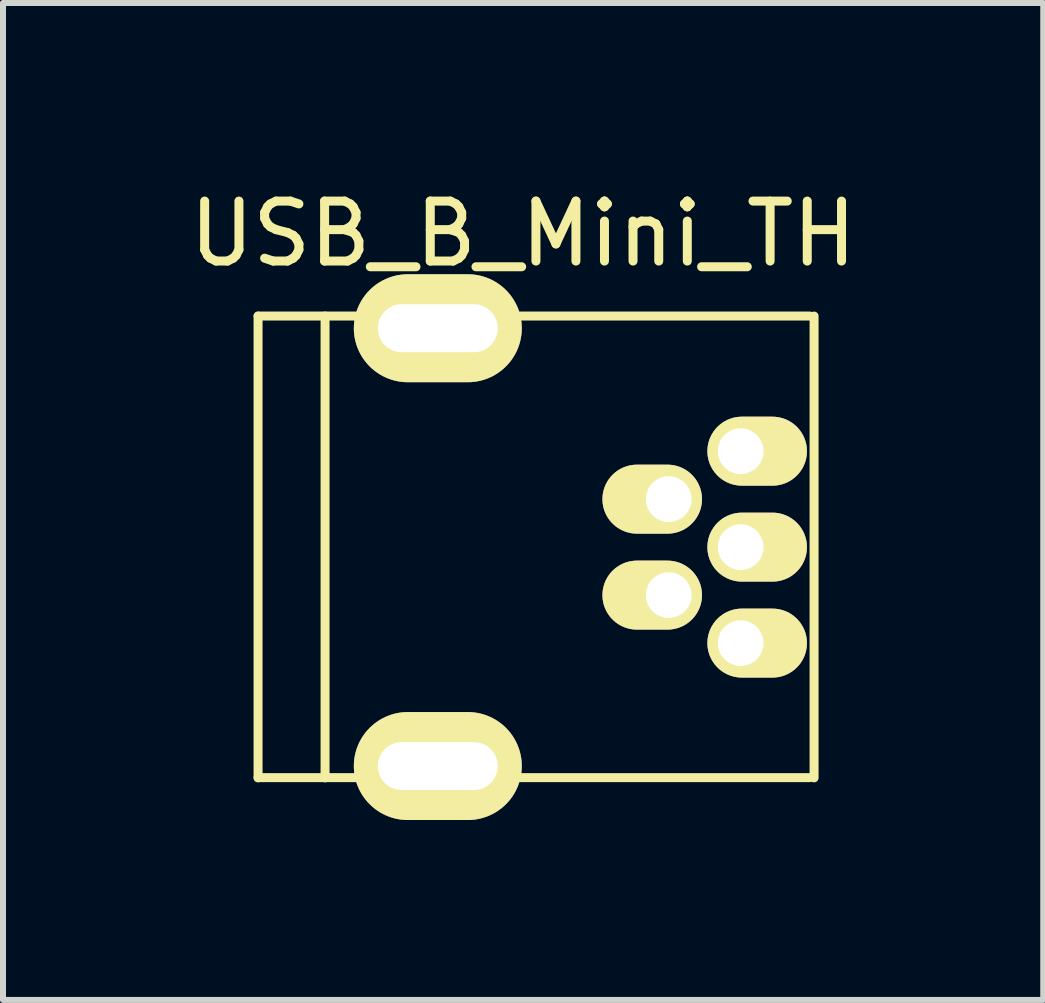
<source format=kicad_pcb>
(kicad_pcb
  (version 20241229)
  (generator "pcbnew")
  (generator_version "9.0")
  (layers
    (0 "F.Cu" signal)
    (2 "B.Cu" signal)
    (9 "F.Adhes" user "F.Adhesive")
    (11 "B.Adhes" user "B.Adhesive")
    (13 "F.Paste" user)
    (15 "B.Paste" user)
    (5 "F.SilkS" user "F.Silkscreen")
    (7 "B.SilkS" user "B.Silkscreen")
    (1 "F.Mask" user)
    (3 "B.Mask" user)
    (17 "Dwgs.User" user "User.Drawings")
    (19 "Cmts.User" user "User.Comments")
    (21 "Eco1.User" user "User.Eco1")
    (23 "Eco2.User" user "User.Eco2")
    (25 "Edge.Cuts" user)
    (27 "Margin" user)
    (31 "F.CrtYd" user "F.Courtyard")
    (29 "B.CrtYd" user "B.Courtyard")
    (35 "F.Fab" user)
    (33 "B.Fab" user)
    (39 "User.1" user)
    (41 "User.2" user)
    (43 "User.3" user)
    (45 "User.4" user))
  (footprint "USB_B_Mini_TH"
    (layer "F.Cu")
    (at 4.25 2.423)
    (property "Reference" "USB_B_Mini_TH" (at 1.422 -1.575 0) (layer "F.SilkS") (effects (font (size 1 1) (thickness 0.15))))
    (attr through_hole)
    (fp_line (start -2.997 -0.203) (end -2.997 7.497) (stroke (width 0.15) (type solid)) (layer "F.SilkS"))
    (fp_line (start -2.997 -0.203) (end 6.203 -0.203) (stroke (width 0.15) (type solid)) (layer "F.SilkS"))
    (fp_line (start -2.997 7.493) (end 6.203 7.493) (stroke (width 0.15) (type solid)) (layer "F.SilkS"))
    (fp_line (start -1.88 -0.203) (end -1.88 7.497) (stroke (width 0.15) (type solid)) (layer "F.SilkS"))
    (fp_line (start 6.274 -0.203) (end 6.274 7.497) (stroke (width 0.15) (type solid)) (layer "F.SilkS"))
    (pad "" thru_hole oval (at 0 0) (size 2.8 1.8) (drill oval 2 0.8) (layers "*.Mask" "B.Cu" "F.SilkS"))
    (pad "" thru_hole oval (at 0 7.3) (size 2.8 1.8) (drill oval 2 0.8) (layers "*.Mask" "B.Cu" "F.SilkS"))
    (pad "1" thru_hole oval (at 3.85 2.85) (size 1.66 1.15) (drill 0.762 (offset -0.275 0)) (layers "*.Mask" "B.Cu" "F.SilkS"))
    (pad "2" thru_hole oval (at 3.85 4.45) (size 1.66 1.15) (drill 0.762 (offset -0.275 0)) (layers "*.Mask" "B.Cu" "F.SilkS"))
    (pad "3" thru_hole oval (at 5.05 2.05) (size 1.66 1.15) (drill 0.762 (offset 0.275 0)) (layers "*.Mask" "B.Cu" "F.SilkS"))
    (pad "4" thru_hole oval (at 5.05 3.65) (size 1.66 1.15) (drill 0.762 (offset 0.275 0)) (layers "*.Mask" "B.Cu" "F.SilkS"))
    (pad "5" thru_hole oval (at 5.05 5.25) (size 1.66 1.15) (drill 0.762 (offset 0.275 0)) (layers "*.Mask" "B.Cu" "F.SilkS")))
  (gr_rect
    (start -3 -3)
    (end 14.345 13.623)
    (stroke (width 0.1) (type default))
    (fill no)
    (layer "Edge.Cuts")))
</source>
